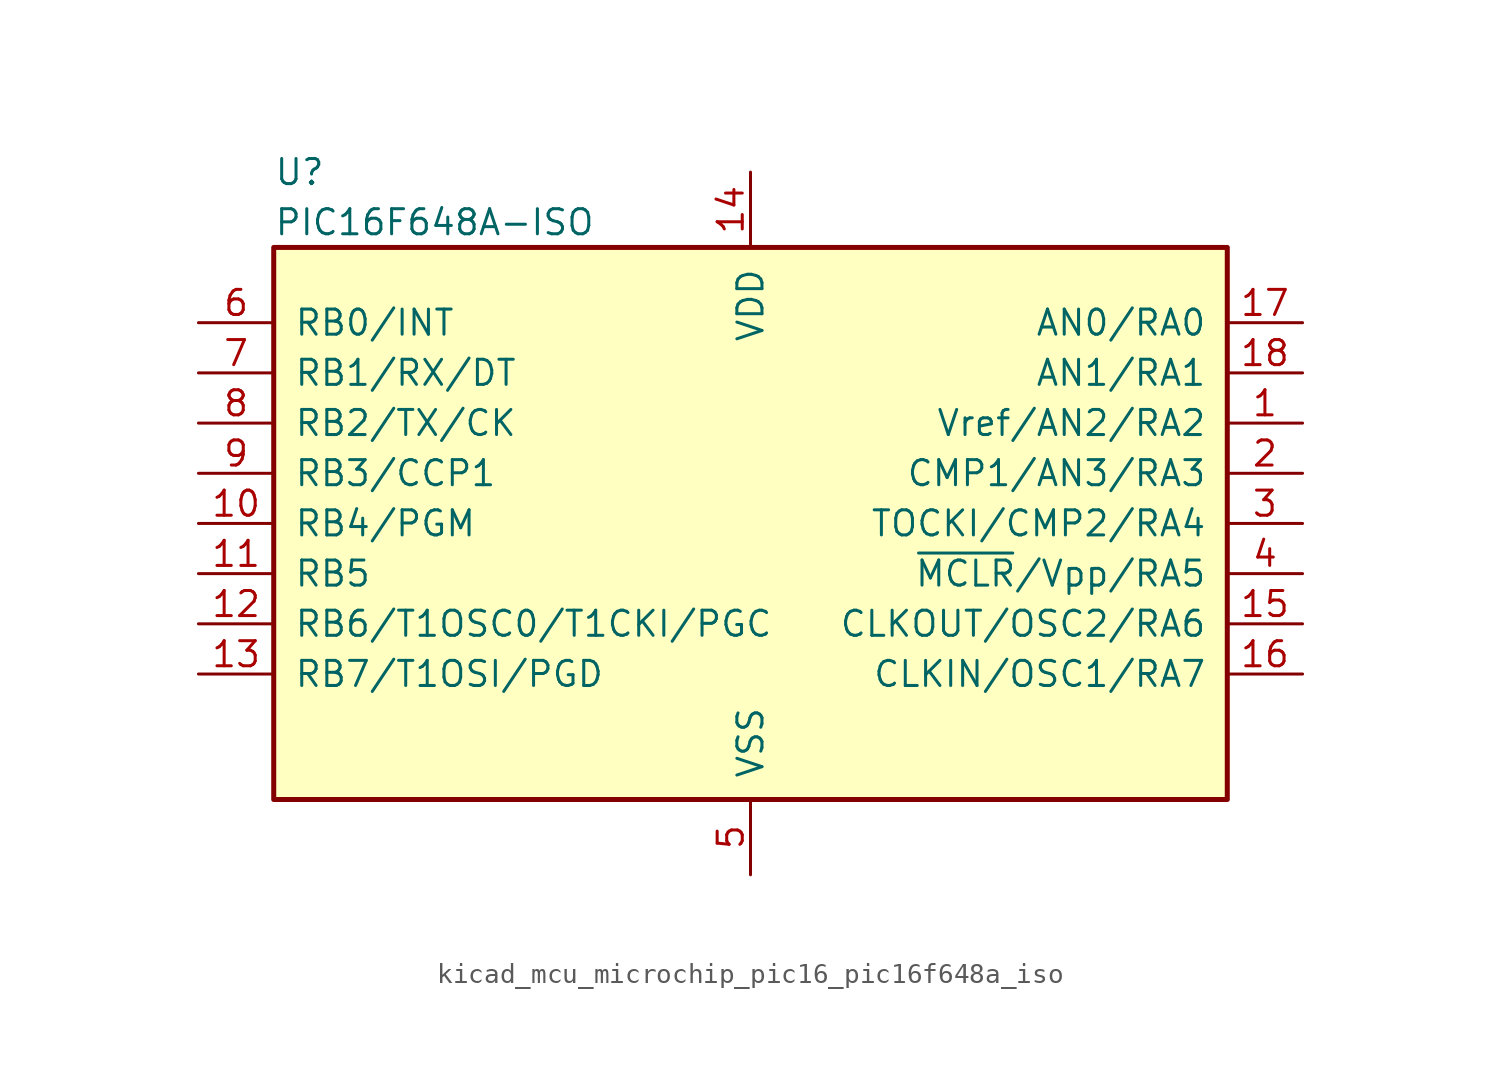
<source format=kicad_sym>
(kicad_symbol_lib
  (version 20220914)
  (generator kicad_symbol_editor)
  (symbol "kicad_mcu_microchip_pic16_pic16f648a_iso"
    (pin_names
      (offset 1.016))
    (property "Reference" "U"
      (at -24.13 17.78 0)
      (effects (font (size 1.27 1.27)) (justify left)))
    (property "Value" "PIC16F648A-ISO"
      (at -24.13 15.24 0)
      (effects (font (size 1.27 1.27)) (justify left)))
    (symbol "kicad_mcu_microchip_pic16_pic16f648a_iso_0_1"
      (rectangle (start 24.13 13.97) (end -24.13 -13.97) (stroke (width 0.254) (type default)) (fill (type background))))
    (symbol "kicad_mcu_microchip_pic16_pic16f648a_iso_1_1"
      (pin bidirectional line (at 27.94 5.08 180) (length 3.81) (name "Vref/AN2/RA2" (effects (font (size 1.27 1.27)))) (number "1" (effects (font (size 1.27 1.27)))))
      (pin bidirectional line (at -27.94 0 0) (length 3.81) (name "RB4/PGM" (effects (font (size 1.27 1.27)))) (number "10" (effects (font (size 1.27 1.27)))))
      (pin bidirectional line (at -27.94 -2.54 0) (length 3.81) (name "RB5" (effects (font (size 1.27 1.27)))) (number "11" (effects (font (size 1.27 1.27)))))
      (pin bidirectional line (at -27.94 -5.08 0) (length 3.81) (name "RB6/T1OSC0/T1CKI/PGC" (effects (font (size 1.27 1.27)))) (number "12" (effects (font (size 1.27 1.27)))))
      (pin bidirectional line (at -27.94 -7.62 0) (length 3.81) (name "RB7/T1OSI/PGD" (effects (font (size 1.27 1.27)))) (number "13" (effects (font (size 1.27 1.27)))))
      (pin power_in line (at 0 17.78 270) (length 3.81) (name "VDD" (effects (font (size 1.27 1.27)))) (number "14" (effects (font (size 1.27 1.27)))))
      (pin bidirectional line (at 27.94 -5.08 180) (length 3.81) (name "CLKOUT/OSC2/RA6" (effects (font (size 1.27 1.27)))) (number "15" (effects (font (size 1.27 1.27)))))
      (pin bidirectional line (at 27.94 -7.62 180) (length 3.81) (name "CLKIN/OSC1/RA7" (effects (font (size 1.27 1.27)))) (number "16" (effects (font (size 1.27 1.27)))))
      (pin bidirectional line (at 27.94 10.16 180) (length 3.81) (name "AN0/RA0" (effects (font (size 1.27 1.27)))) (number "17" (effects (font (size 1.27 1.27)))))
      (pin bidirectional line (at 27.94 7.62 180) (length 3.81) (name "AN1/RA1" (effects (font (size 1.27 1.27)))) (number "18" (effects (font (size 1.27 1.27)))))
      (pin bidirectional line (at 27.94 2.54 180) (length 3.81) (name "CMP1/AN3/RA3" (effects (font (size 1.27 1.27)))) (number "2" (effects (font (size 1.27 1.27)))))
      (pin bidirectional line (at 27.94 0 180) (length 3.81) (name "TOCKI/CMP2/RA4" (effects (font (size 1.27 1.27)))) (number "3" (effects (font (size 1.27 1.27)))))
      (pin input line (at 27.94 -2.54 180) (length 3.81) (name "~{MCLR}/Vpp/RA5" (effects (font (size 1.27 1.27)))) (number "4" (effects (font (size 1.27 1.27)))))
      (pin power_in line (at 0 -17.78 90) (length 3.81) (name "VSS" (effects (font (size 1.27 1.27)))) (number "5" (effects (font (size 1.27 1.27)))))
      (pin bidirectional line (at -27.94 10.16 0) (length 3.81) (name "RB0/INT" (effects (font (size 1.27 1.27)))) (number "6" (effects (font (size 1.27 1.27)))))
      (pin bidirectional line (at -27.94 7.62 0) (length 3.81) (name "RB1/RX/DT" (effects (font (size 1.27 1.27)))) (number "7" (effects (font (size 1.27 1.27)))))
      (pin bidirectional line (at -27.94 5.08 0) (length 3.81) (name "RB2/TX/CK" (effects (font (size 1.27 1.27)))) (number "8" (effects (font (size 1.27 1.27)))))
      (pin bidirectional line (at -27.94 2.54 0) (length 3.81) (name "RB3/CCP1" (effects (font (size 1.27 1.27)))) (number "9" (effects (font (size 1.27 1.27))))))))
</source>
